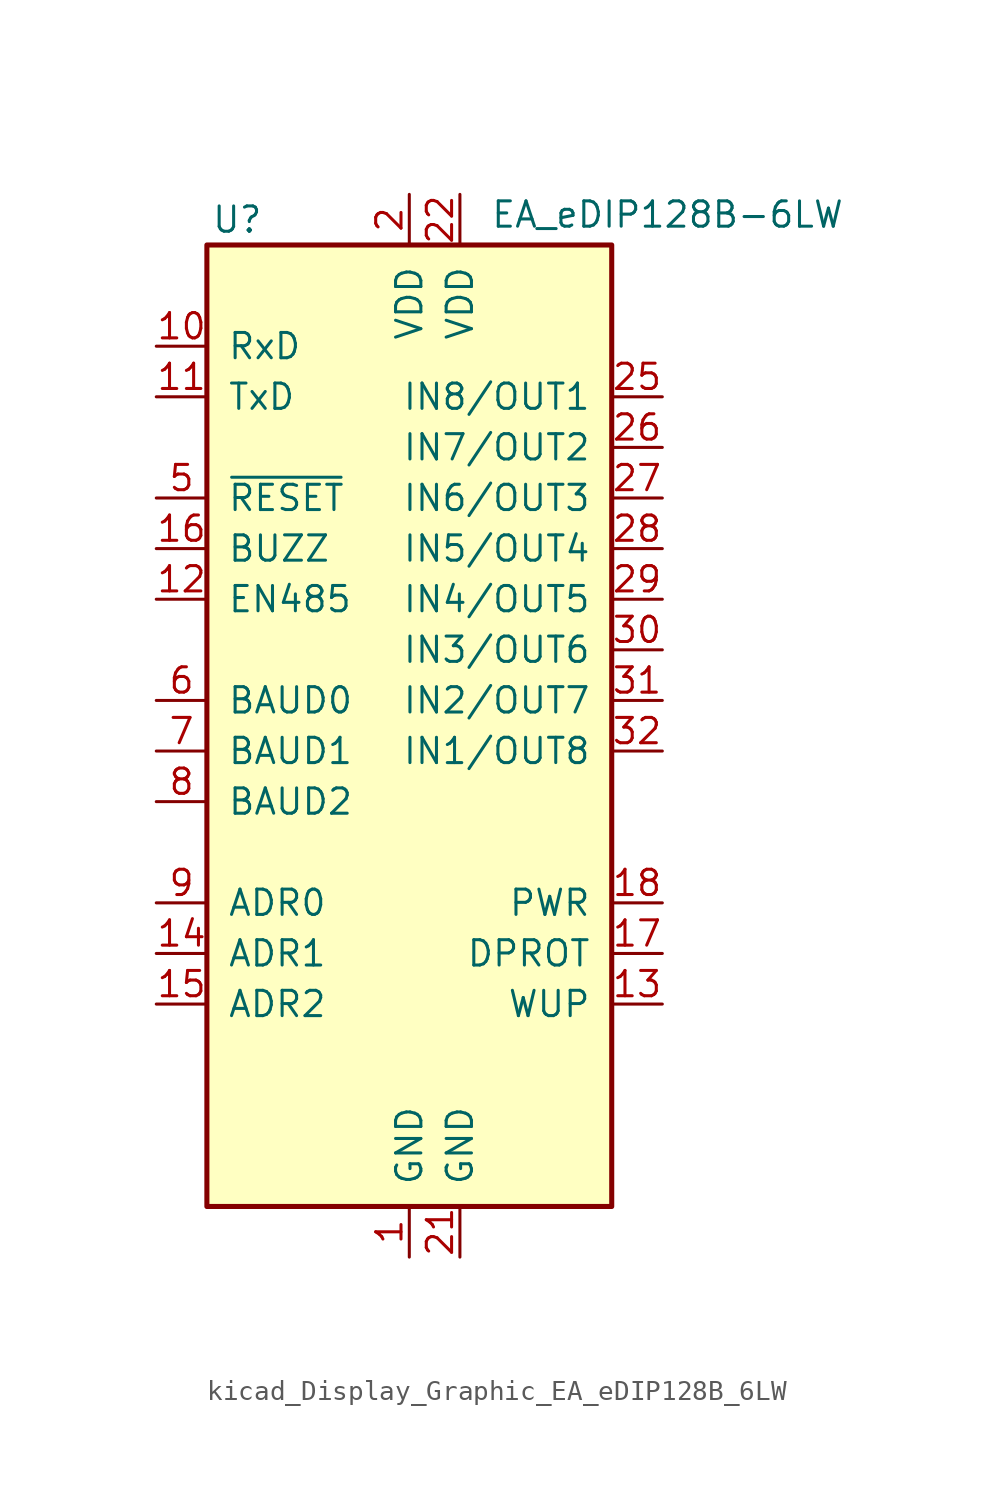
<source format=kicad_sym>
(kicad_symbol_lib
  (version 20220914)
  (generator kicad_symbol_editor)
  (symbol "kicad_Display_Graphic_EA_eDIP128B_6LW"
    (pin_names
      (offset 1.016))
    (property "Reference" "U"
      (at -8.636 24.13 0)
      (effects (font (size 1.27 1.27))))
    (property "Value" "EA_eDIP128B-6LW"
      (at 4.064 24.384 0)
      (effects (font (size 1.27 1.27)) (justify left)))
    (symbol "kicad_Display_Graphic_EA_eDIP128B_6LW_0_1"
      (rectangle (start -10.16 22.86) (end 10.16 -25.4) (stroke (width 0.254) (type default)) (fill (type background))))
    (symbol "kicad_Display_Graphic_EA_eDIP128B_6LW_1_1"
      (pin power_in line (at 0 -27.94 90) (length 2.54) (name "GND" (effects (font (size 1.27 1.27)))) (number "1" (effects (font (size 1.27 1.27)))))
      (pin input line (at -12.7 17.78 0) (length 2.54) (name "RxD" (effects (font (size 1.27 1.27)))) (number "10" (effects (font (size 1.27 1.27)))))
      (pin output line (at -12.7 15.24 0) (length 2.54) (name "TxD" (effects (font (size 1.27 1.27)))) (number "11" (effects (font (size 1.27 1.27)))))
      (pin output line (at -12.7 5.08 0) (length 2.54) (name "EN485" (effects (font (size 1.27 1.27)))) (number "12" (effects (font (size 1.27 1.27)))))
      (pin input line (at 12.7 -15.24 180) (length 2.54) (name "WUP" (effects (font (size 1.27 1.27)))) (number "13" (effects (font (size 1.27 1.27)))))
      (pin input line (at -12.7 -12.7 0) (length 2.54) (name "ADR1" (effects (font (size 1.27 1.27)))) (number "14" (effects (font (size 1.27 1.27)))))
      (pin input line (at -12.7 -15.24 0) (length 2.54) (name "ADR2" (effects (font (size 1.27 1.27)))) (number "15" (effects (font (size 1.27 1.27)))))
      (pin output line (at -12.7 7.62 0) (length 2.54) (name "BUZZ" (effects (font (size 1.27 1.27)))) (number "16" (effects (font (size 1.27 1.27)))))
      (pin input line (at 12.7 -12.7 180) (length 2.54) (name "DPROT" (effects (font (size 1.27 1.27)))) (number "17" (effects (font (size 1.27 1.27)))))
      (pin output line (at 12.7 -10.16 180) (length 2.54) (name "PWR" (effects (font (size 1.27 1.27)))) (number "18" (effects (font (size 1.27 1.27)))))
      (pin no_connect line (at -10.16 -22.86 0) (length 2.54) hide (name "NC" (effects (font (size 1.27 1.27)))) (number "19" (effects (font (size 1.27 1.27)))))
      (pin power_in line (at 0 25.4 270) (length 2.54) (name "VDD" (effects (font (size 1.27 1.27)))) (number "2" (effects (font (size 1.27 1.27)))))
      (pin power_in line (at 2.54 -27.94 90) (length 2.54) (name "GND" (effects (font (size 1.27 1.27)))) (number "21" (effects (font (size 1.27 1.27)))))
      (pin power_in line (at 2.54 25.4 270) (length 2.54) (name "VDD" (effects (font (size 1.27 1.27)))) (number "22" (effects (font (size 1.27 1.27)))))
      (pin no_connect line (at 10.16 -17.78 180) (length 2.54) hide (name "NC" (effects (font (size 1.27 1.27)))) (number "23" (effects (font (size 1.27 1.27)))))
      (pin no_connect line (at 10.16 -20.32 180) (length 2.54) hide (name "NC" (effects (font (size 1.27 1.27)))) (number "24" (effects (font (size 1.27 1.27)))))
      (pin bidirectional line (at 12.7 15.24 180) (length 2.54) (name "IN8/OUT1" (effects (font (size 1.27 1.27)))) (number "25" (effects (font (size 1.27 1.27)))))
      (pin bidirectional line (at 12.7 12.7 180) (length 2.54) (name "IN7/OUT2" (effects (font (size 1.27 1.27)))) (number "26" (effects (font (size 1.27 1.27)))))
      (pin bidirectional line (at 12.7 10.16 180) (length 2.54) (name "IN6/OUT3" (effects (font (size 1.27 1.27)))) (number "27" (effects (font (size 1.27 1.27)))))
      (pin bidirectional line (at 12.7 7.62 180) (length 2.54) (name "IN5/OUT4" (effects (font (size 1.27 1.27)))) (number "28" (effects (font (size 1.27 1.27)))))
      (pin bidirectional line (at 12.7 5.08 180) (length 2.54) (name "IN4/OUT5" (effects (font (size 1.27 1.27)))) (number "29" (effects (font (size 1.27 1.27)))))
      (pin no_connect line (at -10.16 -17.78 0) (length 2.54) hide (name "NC" (effects (font (size 1.27 1.27)))) (number "3" (effects (font (size 1.27 1.27)))))
      (pin bidirectional line (at 12.7 2.54 180) (length 2.54) (name "IN3/OUT6" (effects (font (size 1.27 1.27)))) (number "30" (effects (font (size 1.27 1.27)))))
      (pin bidirectional line (at 12.7 0 180) (length 2.54) (name "IN2/OUT7" (effects (font (size 1.27 1.27)))) (number "31" (effects (font (size 1.27 1.27)))))
      (pin bidirectional line (at 12.7 -2.54 180) (length 2.54) (name "IN1/OUT8" (effects (font (size 1.27 1.27)))) (number "32" (effects (font (size 1.27 1.27)))))
      (pin no_connect line (at -10.16 -20.32 0) (length 2.54) hide (name "NC" (effects (font (size 1.27 1.27)))) (number "4" (effects (font (size 1.27 1.27)))))
      (pin input line (at -12.7 10.16 0) (length 2.54) (name "~{RESET}" (effects (font (size 1.27 1.27)))) (number "5" (effects (font (size 1.27 1.27)))))
      (pin input line (at -12.7 0 0) (length 2.54) (name "BAUD0" (effects (font (size 1.27 1.27)))) (number "6" (effects (font (size 1.27 1.27)))))
      (pin input line (at -12.7 -2.54 0) (length 2.54) (name "BAUD1" (effects (font (size 1.27 1.27)))) (number "7" (effects (font (size 1.27 1.27)))))
      (pin input line (at -12.7 -5.08 0) (length 2.54) (name "BAUD2" (effects (font (size 1.27 1.27)))) (number "8" (effects (font (size 1.27 1.27)))))
      (pin input line (at -12.7 -10.16 0) (length 2.54) (name "ADR0" (effects (font (size 1.27 1.27)))) (number "9" (effects (font (size 1.27 1.27))))))))
</source>
